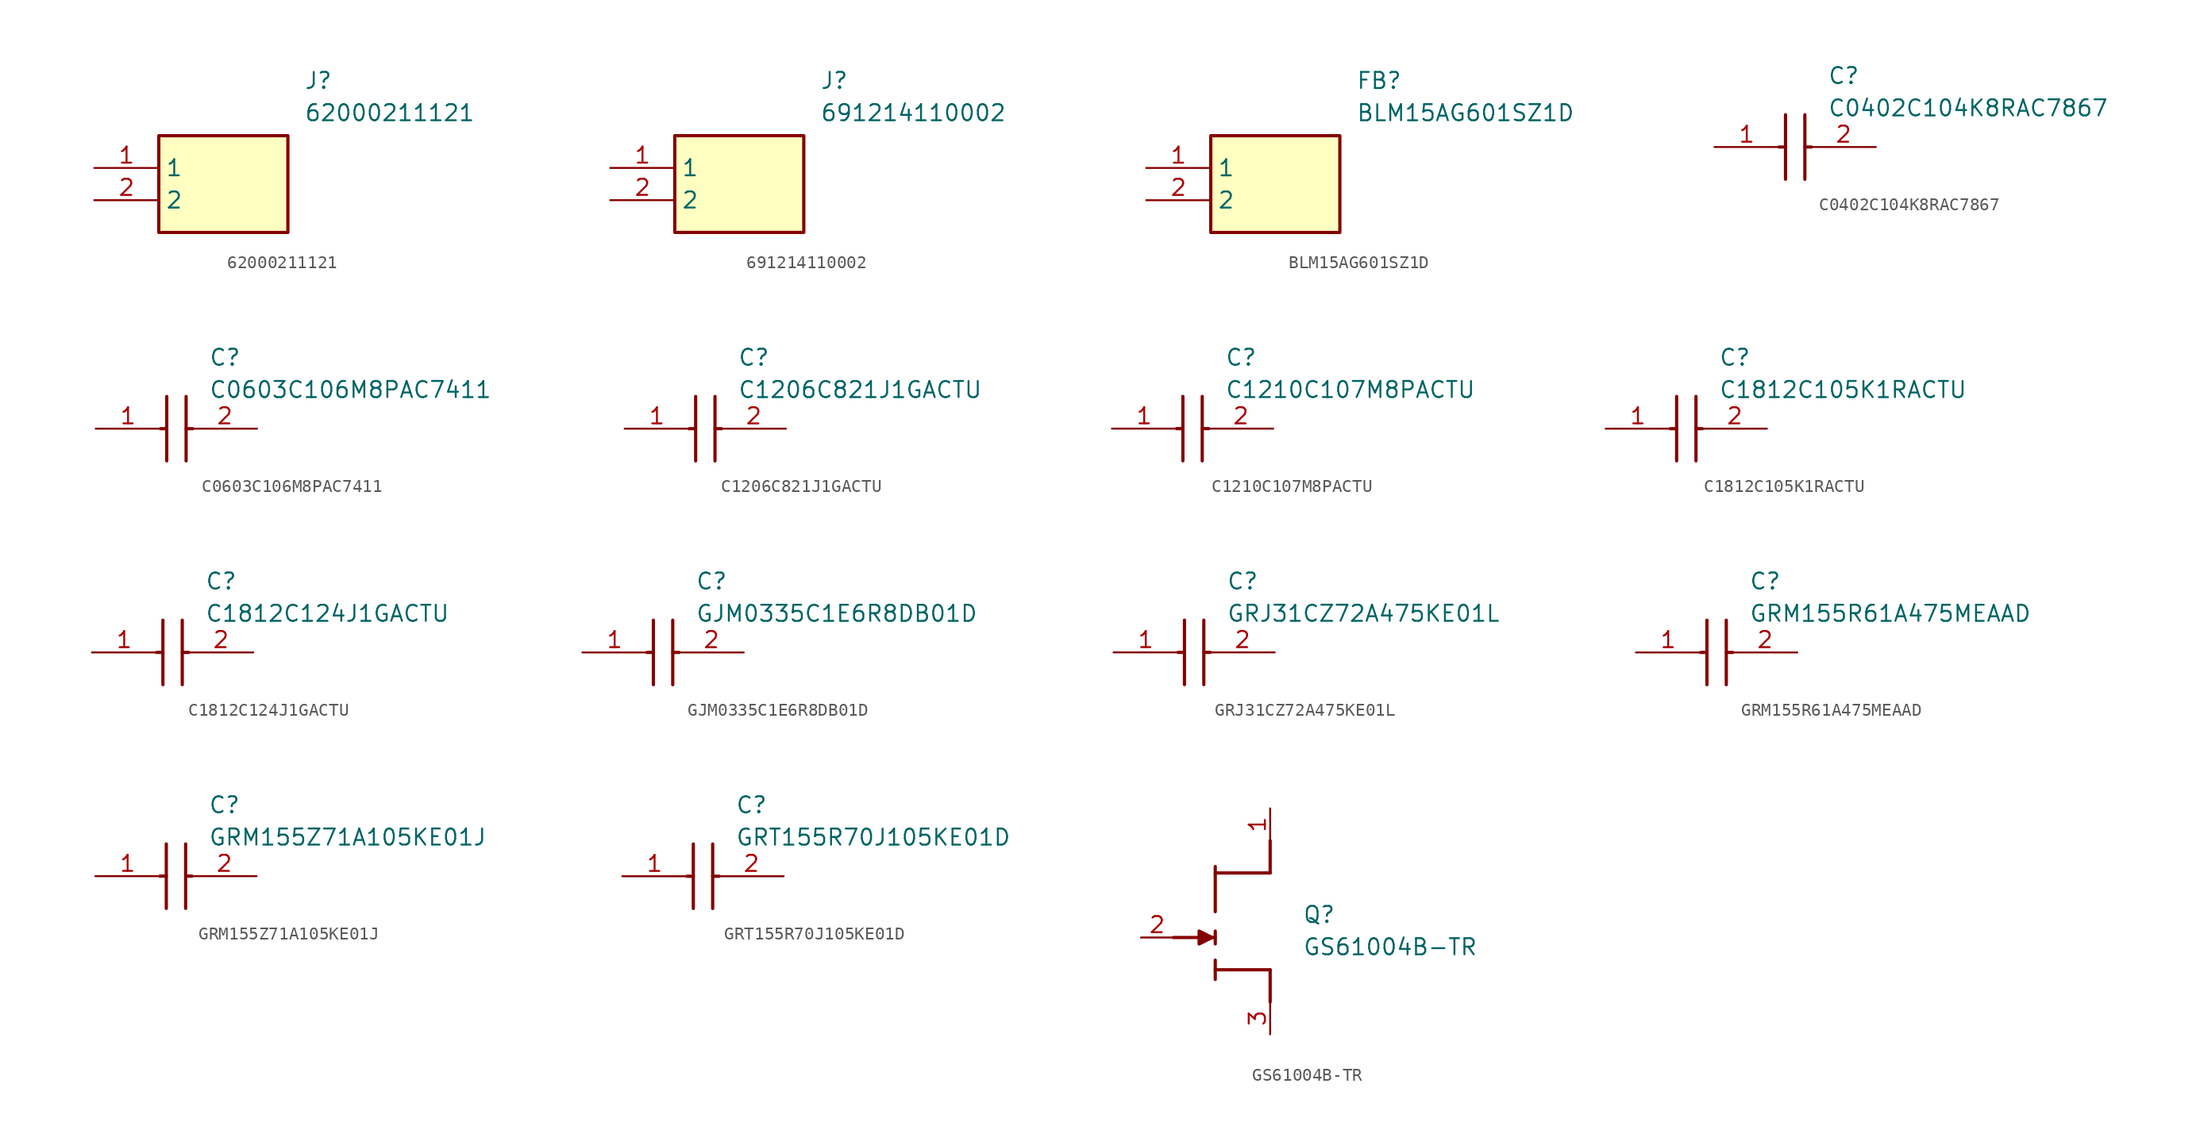
<source format=kicad_sym>
(kicad_symbol_lib
  (version 20220914)
  (generator SamacSys_ECAD_Model)
  (symbol "62000211121"
    (property "Reference" "J"
      (at 16.51 7.62 0)
      (effects (font (size 1.27 1.27)) (justify left top)))
    (property "Value" "62000211121"
      (at 16.51 5.08 0)
      (effects (font (size 1.27 1.27)) (justify left top)))
    (rectangle
      (start 5.08 2.54)
      (end 15.24 -5.08)
      (stroke (width 0.254) (type default))
      (fill (type background)))
    (pin passive line
      (at 0 0 0)
      (length 5.08)
      (name "1" (effects (font (size 1.27 1.27))))
      (number "1" (effects (font (size 1.27 1.27)))))
    (pin passive line
      (at 0 -2.54 0)
      (length 5.08)
      (name "2" (effects (font (size 1.27 1.27))))
      (number "2" (effects (font (size 1.27 1.27))))))
  (symbol "691214110002"
    (property "Reference" "J"
      (at 16.51 7.62 0)
      (effects (font (size 1.27 1.27)) (justify left top)))
    (property "Value" "691214110002"
      (at 16.51 5.08 0)
      (effects (font (size 1.27 1.27)) (justify left top)))
    (rectangle
      (start 5.08 2.54)
      (end 15.24 -5.08)
      (stroke (width 0.254) (type default))
      (fill (type background)))
    (pin passive line
      (at 0 0 0)
      (length 5.08)
      (name "1" (effects (font (size 1.27 1.27))))
      (number "1" (effects (font (size 1.27 1.27)))))
    (pin passive line
      (at 0 -2.54 0)
      (length 5.08)
      (name "2" (effects (font (size 1.27 1.27))))
      (number "2" (effects (font (size 1.27 1.27))))))
  (symbol "BLM15AG601SZ1D"
    (property "Reference" "FB"
      (at 16.51 7.62 0)
      (effects (font (size 1.27 1.27)) (justify left top)))
    (property "Value" "BLM15AG601SZ1D"
      (at 16.51 5.08 0)
      (effects (font (size 1.27 1.27)) (justify left top)))
    (rectangle
      (start 5.08 2.54)
      (end 15.24 -5.08)
      (stroke (width 0.254) (type default))
      (fill (type background)))
    (pin passive line
      (at 0 0 0)
      (length 5.08)
      (name "1" (effects (font (size 1.27 1.27))))
      (number "1" (effects (font (size 1.27 1.27)))))
    (pin passive line
      (at 0 -2.54 0)
      (length 5.08)
      (name "2" (effects (font (size 1.27 1.27))))
      (number "2" (effects (font (size 1.27 1.27))))))
  (symbol "C0402C104K8RAC7867"
    (pin_names hide)
    (property "Reference" "C"
      (at 8.89 6.35 0)
      (effects (font (size 1.27 1.27)) (justify left top)))
    (property "Value" "C0402C104K8RAC7867"
      (at 8.89 3.81 0)
      (effects (font (size 1.27 1.27)) (justify left top)))
    (polyline
      (pts (xy 5.588 2.54) (xy 5.588 -2.54))
      (stroke (width 0.254) (type default))
      (fill (type none)))
    (polyline
      (pts (xy 7.112 2.54) (xy 7.112 -2.54))
      (stroke (width 0.254) (type default))
      (fill (type none)))
    (polyline
      (pts (xy 5.08 0) (xy 5.588 0))
      (stroke (width 0.254) (type default))
      (fill (type none)))
    (polyline
      (pts (xy 7.112 0) (xy 7.62 0))
      (stroke (width 0.254) (type default))
      (fill (type none)))
    (pin passive line
      (at 0 0 0)
      (length 5.08)
      (name "1" (effects (font (size 1.27 1.27))))
      (number "1" (effects (font (size 1.27 1.27)))))
    (pin passive line
      (at 12.7 0 180)
      (length 5.08)
      (name "2" (effects (font (size 1.27 1.27))))
      (number "2" (effects (font (size 1.27 1.27))))))
  (symbol "C0603C106M8PAC7411"
    (pin_names hide)
    (property "Reference" "C"
      (at 8.89 6.35 0)
      (effects (font (size 1.27 1.27)) (justify left top)))
    (property "Value" "C0603C106M8PAC7411"
      (at 8.89 3.81 0)
      (effects (font (size 1.27 1.27)) (justify left top)))
    (polyline
      (pts (xy 5.588 2.54) (xy 5.588 -2.54))
      (stroke (width 0.254) (type default))
      (fill (type none)))
    (polyline
      (pts (xy 7.112 2.54) (xy 7.112 -2.54))
      (stroke (width 0.254) (type default))
      (fill (type none)))
    (polyline
      (pts (xy 5.08 0) (xy 5.588 0))
      (stroke (width 0.254) (type default))
      (fill (type none)))
    (polyline
      (pts (xy 7.112 0) (xy 7.62 0))
      (stroke (width 0.254) (type default))
      (fill (type none)))
    (pin passive line
      (at 0 0 0)
      (length 5.08)
      (name "1" (effects (font (size 1.27 1.27))))
      (number "1" (effects (font (size 1.27 1.27)))))
    (pin passive line
      (at 12.7 0 180)
      (length 5.08)
      (name "2" (effects (font (size 1.27 1.27))))
      (number "2" (effects (font (size 1.27 1.27))))))
  (symbol "C1206C821J1GACTU"
    (pin_names hide)
    (property "Reference" "C"
      (at 8.89 6.35 0)
      (effects (font (size 1.27 1.27)) (justify left top)))
    (property "Value" "C1206C821J1GACTU"
      (at 8.89 3.81 0)
      (effects (font (size 1.27 1.27)) (justify left top)))
    (polyline
      (pts (xy 5.588 2.54) (xy 5.588 -2.54))
      (stroke (width 0.254) (type default))
      (fill (type none)))
    (polyline
      (pts (xy 7.112 2.54) (xy 7.112 -2.54))
      (stroke (width 0.254) (type default))
      (fill (type none)))
    (polyline
      (pts (xy 5.08 0) (xy 5.588 0))
      (stroke (width 0.254) (type default))
      (fill (type none)))
    (polyline
      (pts (xy 7.112 0) (xy 7.62 0))
      (stroke (width 0.254) (type default))
      (fill (type none)))
    (pin passive line
      (at 0 0 0)
      (length 5.08)
      (name "1" (effects (font (size 1.27 1.27))))
      (number "1" (effects (font (size 1.27 1.27)))))
    (pin passive line
      (at 12.7 0 180)
      (length 5.08)
      (name "2" (effects (font (size 1.27 1.27))))
      (number "2" (effects (font (size 1.27 1.27))))))
  (symbol "C1210C107M8PACTU"
    (pin_names hide)
    (property "Reference" "C"
      (at 8.89 6.35 0)
      (effects (font (size 1.27 1.27)) (justify left top)))
    (property "Value" "C1210C107M8PACTU"
      (at 8.89 3.81 0)
      (effects (font (size 1.27 1.27)) (justify left top)))
    (polyline
      (pts (xy 5.588 2.54) (xy 5.588 -2.54))
      (stroke (width 0.254) (type default))
      (fill (type none)))
    (polyline
      (pts (xy 7.112 2.54) (xy 7.112 -2.54))
      (stroke (width 0.254) (type default))
      (fill (type none)))
    (polyline
      (pts (xy 5.08 0) (xy 5.588 0))
      (stroke (width 0.254) (type default))
      (fill (type none)))
    (polyline
      (pts (xy 7.112 0) (xy 7.62 0))
      (stroke (width 0.254) (type default))
      (fill (type none)))
    (pin passive line
      (at 0 0 0)
      (length 5.08)
      (name "1" (effects (font (size 1.27 1.27))))
      (number "1" (effects (font (size 1.27 1.27)))))
    (pin passive line
      (at 12.7 0 180)
      (length 5.08)
      (name "2" (effects (font (size 1.27 1.27))))
      (number "2" (effects (font (size 1.27 1.27))))))
  (symbol "C1812C105K1RACTU"
    (pin_names hide)
    (property "Reference" "C"
      (at 8.89 6.35 0)
      (effects (font (size 1.27 1.27)) (justify left top)))
    (property "Value" "C1812C105K1RACTU"
      (at 8.89 3.81 0)
      (effects (font (size 1.27 1.27)) (justify left top)))
    (polyline
      (pts (xy 5.588 2.54) (xy 5.588 -2.54))
      (stroke (width 0.254) (type default))
      (fill (type none)))
    (polyline
      (pts (xy 7.112 2.54) (xy 7.112 -2.54))
      (stroke (width 0.254) (type default))
      (fill (type none)))
    (polyline
      (pts (xy 5.08 0) (xy 5.588 0))
      (stroke (width 0.254) (type default))
      (fill (type none)))
    (polyline
      (pts (xy 7.112 0) (xy 7.62 0))
      (stroke (width 0.254) (type default))
      (fill (type none)))
    (pin passive line
      (at 0 0 0)
      (length 5.08)
      (name "1" (effects (font (size 1.27 1.27))))
      (number "1" (effects (font (size 1.27 1.27)))))
    (pin passive line
      (at 12.7 0 180)
      (length 5.08)
      (name "2" (effects (font (size 1.27 1.27))))
      (number "2" (effects (font (size 1.27 1.27))))))
  (symbol "C1812C124J1GACTU"
    (pin_names hide)
    (property "Reference" "C"
      (at 8.89 6.35 0)
      (effects (font (size 1.27 1.27)) (justify left top)))
    (property "Value" "C1812C124J1GACTU"
      (at 8.89 3.81 0)
      (effects (font (size 1.27 1.27)) (justify left top)))
    (polyline
      (pts (xy 5.588 2.54) (xy 5.588 -2.54))
      (stroke (width 0.254) (type default))
      (fill (type none)))
    (polyline
      (pts (xy 7.112 2.54) (xy 7.112 -2.54))
      (stroke (width 0.254) (type default))
      (fill (type none)))
    (polyline
      (pts (xy 5.08 0) (xy 5.588 0))
      (stroke (width 0.254) (type default))
      (fill (type none)))
    (polyline
      (pts (xy 7.112 0) (xy 7.62 0))
      (stroke (width 0.254) (type default))
      (fill (type none)))
    (pin passive line
      (at 0 0 0)
      (length 5.08)
      (name "1" (effects (font (size 1.27 1.27))))
      (number "1" (effects (font (size 1.27 1.27)))))
    (pin passive line
      (at 12.7 0 180)
      (length 5.08)
      (name "2" (effects (font (size 1.27 1.27))))
      (number "2" (effects (font (size 1.27 1.27))))))
  (symbol "GJM0335C1E6R8DB01D"
    (pin_names hide)
    (property "Reference" "C"
      (at 8.89 6.35 0)
      (effects (font (size 1.27 1.27)) (justify left top)))
    (property "Value" "GJM0335C1E6R8DB01D"
      (at 8.89 3.81 0)
      (effects (font (size 1.27 1.27)) (justify left top)))
    (polyline
      (pts (xy 5.588 2.54) (xy 5.588 -2.54))
      (stroke (width 0.254) (type default))
      (fill (type none)))
    (polyline
      (pts (xy 7.112 2.54) (xy 7.112 -2.54))
      (stroke (width 0.254) (type default))
      (fill (type none)))
    (polyline
      (pts (xy 5.08 0) (xy 5.588 0))
      (stroke (width 0.254) (type default))
      (fill (type none)))
    (polyline
      (pts (xy 7.112 0) (xy 7.62 0))
      (stroke (width 0.254) (type default))
      (fill (type none)))
    (pin passive line
      (at 0 0 0)
      (length 5.08)
      (name "1" (effects (font (size 1.27 1.27))))
      (number "1" (effects (font (size 1.27 1.27)))))
    (pin passive line
      (at 12.7 0 180)
      (length 5.08)
      (name "2" (effects (font (size 1.27 1.27))))
      (number "2" (effects (font (size 1.27 1.27))))))
  (symbol "GRJ31CZ72A475KE01L"
    (pin_names hide)
    (property "Reference" "C"
      (at 8.89 6.35 0)
      (effects (font (size 1.27 1.27)) (justify left top)))
    (property "Value" "GRJ31CZ72A475KE01L"
      (at 8.89 3.81 0)
      (effects (font (size 1.27 1.27)) (justify left top)))
    (polyline
      (pts (xy 5.588 2.54) (xy 5.588 -2.54))
      (stroke (width 0.254) (type default))
      (fill (type none)))
    (polyline
      (pts (xy 7.112 2.54) (xy 7.112 -2.54))
      (stroke (width 0.254) (type default))
      (fill (type none)))
    (polyline
      (pts (xy 5.08 0) (xy 5.588 0))
      (stroke (width 0.254) (type default))
      (fill (type none)))
    (polyline
      (pts (xy 7.112 0) (xy 7.62 0))
      (stroke (width 0.254) (type default))
      (fill (type none)))
    (pin passive line
      (at 0 0 0)
      (length 5.08)
      (name "1" (effects (font (size 1.27 1.27))))
      (number "1" (effects (font (size 1.27 1.27)))))
    (pin passive line
      (at 12.7 0 180)
      (length 5.08)
      (name "2" (effects (font (size 1.27 1.27))))
      (number "2" (effects (font (size 1.27 1.27))))))
  (symbol "GRM155R61A475MEAAD"
    (pin_names hide)
    (property "Reference" "C"
      (at 8.89 6.35 0)
      (effects (font (size 1.27 1.27)) (justify left top)))
    (property "Value" "GRM155R61A475MEAAD"
      (at 8.89 3.81 0)
      (effects (font (size 1.27 1.27)) (justify left top)))
    (polyline
      (pts (xy 5.588 2.54) (xy 5.588 -2.54))
      (stroke (width 0.254) (type default))
      (fill (type none)))
    (polyline
      (pts (xy 7.112 2.54) (xy 7.112 -2.54))
      (stroke (width 0.254) (type default))
      (fill (type none)))
    (polyline
      (pts (xy 5.08 0) (xy 5.588 0))
      (stroke (width 0.254) (type default))
      (fill (type none)))
    (polyline
      (pts (xy 7.112 0) (xy 7.62 0))
      (stroke (width 0.254) (type default))
      (fill (type none)))
    (pin passive line
      (at 0 0 0)
      (length 5.08)
      (name "1" (effects (font (size 1.27 1.27))))
      (number "1" (effects (font (size 1.27 1.27)))))
    (pin passive line
      (at 12.7 0 180)
      (length 5.08)
      (name "2" (effects (font (size 1.27 1.27))))
      (number "2" (effects (font (size 1.27 1.27))))))
  (symbol "GRM155Z71A105KE01J"
    (pin_names hide)
    (property "Reference" "C"
      (at 8.89 6.35 0)
      (effects (font (size 1.27 1.27)) (justify left top)))
    (property "Value" "GRM155Z71A105KE01J"
      (at 8.89 3.81 0)
      (effects (font (size 1.27 1.27)) (justify left top)))
    (polyline
      (pts (xy 5.588 2.54) (xy 5.588 -2.54))
      (stroke (width 0.254) (type default))
      (fill (type none)))
    (polyline
      (pts (xy 7.112 2.54) (xy 7.112 -2.54))
      (stroke (width 0.254) (type default))
      (fill (type none)))
    (polyline
      (pts (xy 5.08 0) (xy 5.588 0))
      (stroke (width 0.254) (type default))
      (fill (type none)))
    (polyline
      (pts (xy 7.112 0) (xy 7.62 0))
      (stroke (width 0.254) (type default))
      (fill (type none)))
    (pin passive line
      (at 0 0 0)
      (length 5.08)
      (name "1" (effects (font (size 1.27 1.27))))
      (number "1" (effects (font (size 1.27 1.27)))))
    (pin passive line
      (at 12.7 0 180)
      (length 5.08)
      (name "2" (effects (font (size 1.27 1.27))))
      (number "2" (effects (font (size 1.27 1.27))))))
  (symbol "GRT155R70J105KE01D"
    (pin_names hide)
    (property "Reference" "C"
      (at 8.89 6.35 0)
      (effects (font (size 1.27 1.27)) (justify left top)))
    (property "Value" "GRT155R70J105KE01D"
      (at 8.89 3.81 0)
      (effects (font (size 1.27 1.27)) (justify left top)))
    (polyline
      (pts (xy 5.588 2.54) (xy 5.588 -2.54))
      (stroke (width 0.254) (type default))
      (fill (type none)))
    (polyline
      (pts (xy 7.112 2.54) (xy 7.112 -2.54))
      (stroke (width 0.254) (type default))
      (fill (type none)))
    (polyline
      (pts (xy 5.08 0) (xy 5.588 0))
      (stroke (width 0.254) (type default))
      (fill (type none)))
    (polyline
      (pts (xy 7.112 0) (xy 7.62 0))
      (stroke (width 0.254) (type default))
      (fill (type none)))
    (pin passive line
      (at 0 0 0)
      (length 5.08)
      (name "1" (effects (font (size 1.27 1.27))))
      (number "1" (effects (font (size 1.27 1.27)))))
    (pin passive line
      (at 12.7 0 180)
      (length 5.08)
      (name "2" (effects (font (size 1.27 1.27))))
      (number "2" (effects (font (size 1.27 1.27))))))
  (symbol "GS61004B-TR"
    (pin_names hide)
    (property "Reference" "Q"
      (at 10.16 2.54 0)
      (effects (font (size 1.27 1.27)) (justify left top)))
    (property "Value" "GS61004B-TR"
      (at 10.16 0 0)
      (effects (font (size 1.27 1.27)) (justify left top)))
    (polyline
      (pts (xy 7.62 -2.54) (xy 7.62 -5.08))
      (stroke (width 0.254) (type default))
      (fill (type none)))
    (polyline
      (pts (xy 7.62 5.08) (xy 7.62 7.62))
      (stroke (width 0.254) (type default))
      (fill (type none)))
    (polyline
      (pts (xy 0 0) (xy 3.302 0))
      (stroke (width 0.254) (type default))
      (fill (type none)))
    (polyline
      (pts (xy 7.62 5.08) (xy 3.302 5.08))
      (stroke (width 0.254) (type default))
      (fill (type none)))
    (polyline
      (pts (xy 3.302 -2.54) (xy 7.62 -2.54))
      (stroke (width 0.254) (type default))
      (fill (type none)))
    (polyline
      (pts (xy 3.302 5.588) (xy 3.302 2.032))
      (stroke (width 0.254) (type default))
      (fill (type none)))
    (polyline
      (pts (xy 3.302 -3.302) (xy 3.302 -1.778))
      (stroke (width 0.254) (type default))
      (fill (type none)))
    (polyline
      (pts (xy 3.302 -0.508) (xy 3.302 0.508))
      (stroke (width 0.254) (type default))
      (fill (type none)))
    (polyline
      (pts (xy 3.048 0) (xy 2.032 -0.508) (xy 2.032 0.508) (xy 3.048 0))
      (stroke (width 0.254) (type default))
      (fill (type outline)))
    (pin passive line
      (at 7.62 10.16 270)
      (length 2.54)
      (name "D" (effects (font (size 1.27 1.27))))
      (number "1" (effects (font (size 1.27 1.27)))))
    (pin passive line
      (at -2.54 0 0)
      (length 2.54)
      (name "G" (effects (font (size 1.27 1.27))))
      (number "2" (effects (font (size 1.27 1.27)))))
    (pin passive line
      (at 7.62 -7.62 90)
      (length 2.54)
      (name "S" (effects (font (size 1.27 1.27))))
      (number "3" (effects (font (size 1.27 1.27)))))))
</source>
